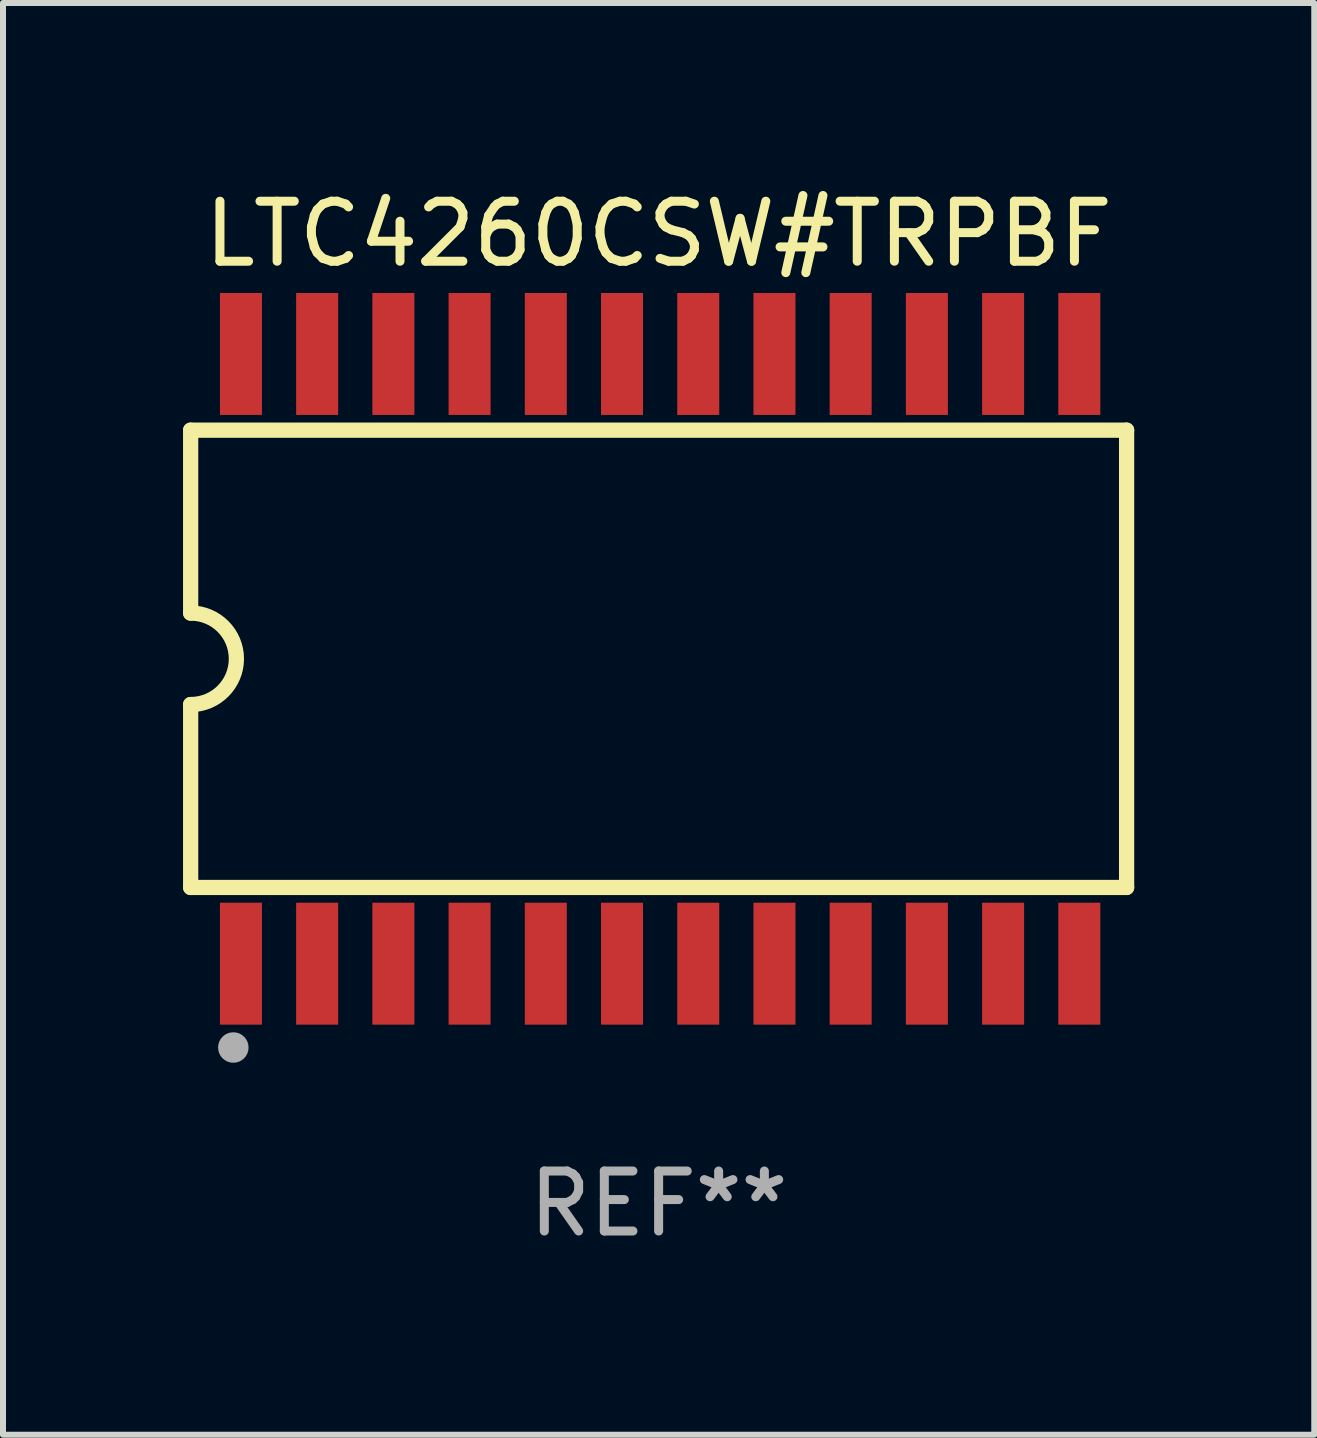
<source format=kicad_pcb>
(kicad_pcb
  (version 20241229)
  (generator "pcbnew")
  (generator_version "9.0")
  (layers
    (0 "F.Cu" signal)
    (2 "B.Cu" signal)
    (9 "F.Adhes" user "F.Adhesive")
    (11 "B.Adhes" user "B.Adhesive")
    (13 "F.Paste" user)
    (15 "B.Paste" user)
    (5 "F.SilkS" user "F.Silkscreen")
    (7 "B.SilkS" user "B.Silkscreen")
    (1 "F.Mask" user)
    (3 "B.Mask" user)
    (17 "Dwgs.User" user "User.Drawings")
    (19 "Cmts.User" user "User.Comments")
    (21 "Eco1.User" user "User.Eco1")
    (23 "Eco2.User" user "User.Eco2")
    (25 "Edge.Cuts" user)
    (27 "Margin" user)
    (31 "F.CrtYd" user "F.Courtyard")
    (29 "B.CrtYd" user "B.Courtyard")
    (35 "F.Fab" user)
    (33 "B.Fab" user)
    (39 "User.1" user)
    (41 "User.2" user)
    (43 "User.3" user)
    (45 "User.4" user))
  (footprint "LTC4260CSW#TRPBF"
    (layer "F.Cu")
    (at 7.925 7.928)
    (property "Reference" "LTC4260CSW#TRPBF" (at 0 -7.08 0) (layer "F.SilkS") (effects (font (size 1 1) (thickness 0.15))))
    (attr through_hole)
    (fp_line (start -7.798 -3.81) (end -7.798 -0.762) (stroke (width 0.254) (type solid)) (layer "F.SilkS"))
    (fp_line (start -7.798 3.81) (end -7.798 0.762) (stroke (width 0.254) (type solid)) (layer "F.SilkS"))
    (fp_line (start 7.798 -3.81) (end -7.798 -3.81) (stroke (width 0.254) (type solid)) (layer "F.SilkS"))
    (fp_line (start 7.798 3.81) (end -7.798 3.81) (stroke (width 0.254) (type solid)) (layer "F.SilkS"))
    (fp_line (start 7.798 3.81) (end 7.798 -3.81) (stroke (width 0.254) (type solid)) (layer "F.SilkS"))
    (fp_arc (start -7.797791 -0.762002) (mid -7.03579 -0.000001) (end -7.79779 0.762002) (stroke (width 0.254001) (type solid)) (layer "F.SilkS"))
    (fp_circle (center -7.825 3.75) (end -7.795 3.75) (stroke (width 0.06) (type solid)) (fill no) (layer "F.SilkS"))
    (fp_circle (center -7.087 6.477) (end -6.96 6.477) (stroke (width 0.254) (type solid)) (fill no) (layer "F.Fab"))
    (fp_text user "REF**" (at 0 9.08 0) (layer "F.Fab") (effects (font (size 1 1) (thickness 0.15))))
    (pad "1" smd rect (at -6.96 5.08 90) (size 2.032 0.7) (layers "F.Cu" "F.Mask" "F.Paste"))
    (pad "2" smd rect (at -5.69 5.08 90) (size 2.032 0.7) (layers "F.Cu" "F.Mask" "F.Paste"))
    (pad "3" smd rect (at -4.42 5.08 90) (size 2.032 0.7) (layers "F.Cu" "F.Mask" "F.Paste"))
    (pad "4" smd rect (at -3.15 5.08 90) (size 2.032 0.7) (layers "F.Cu" "F.Mask" "F.Paste"))
    (pad "5" smd rect (at -1.88 5.08 90) (size 2.032 0.7) (layers "F.Cu" "F.Mask" "F.Paste"))
    (pad "6" smd rect (at -0.61 5.08 90) (size 2.032 0.7) (layers "F.Cu" "F.Mask" "F.Paste"))
    (pad "7" smd rect (at 0.66 5.08 90) (size 2.032 0.7) (layers "F.Cu" "F.Mask" "F.Paste"))
    (pad "8" smd rect (at 1.93 5.08 90) (size 2.032 0.7) (layers "F.Cu" "F.Mask" "F.Paste"))
    (pad "9" smd rect (at 3.2 5.08 90) (size 2.032 0.7) (layers "F.Cu" "F.Mask" "F.Paste"))
    (pad "10" smd rect (at 4.47 5.08 90) (size 2.032 0.7) (layers "F.Cu" "F.Mask" "F.Paste"))
    (pad "11" smd rect (at 5.74 5.08 90) (size 2.032 0.7) (layers "F.Cu" "F.Mask" "F.Paste"))
    (pad "12" smd rect (at 7.01 5.08 90) (size 2.032 0.7) (layers "F.Cu" "F.Mask" "F.Paste"))
    (pad "13" smd rect (at 7.01 -5.08 90) (size 2.032 0.7) (layers "F.Cu" "F.Mask" "F.Paste"))
    (pad "14" smd rect (at 5.74 -5.08 90) (size 2.032 0.7) (layers "F.Cu" "F.Mask" "F.Paste"))
    (pad "15" smd rect (at 4.47 -5.08 90) (size 2.032 0.7) (layers "F.Cu" "F.Mask" "F.Paste"))
    (pad "16" smd rect (at 3.2 -5.08 90) (size 2.032 0.7) (layers "F.Cu" "F.Mask" "F.Paste"))
    (pad "17" smd rect (at 1.93 -5.08 90) (size 2.032 0.7) (layers "F.Cu" "F.Mask" "F.Paste"))
    (pad "18" smd rect (at 0.66 -5.08 90) (size 2.032 0.7) (layers "F.Cu" "F.Mask" "F.Paste"))
    (pad "19" smd rect (at -0.61 -5.08 90) (size 2.032 0.7) (layers "F.Cu" "F.Mask" "F.Paste"))
    (pad "20" smd rect (at -1.88 -5.08 90) (size 2.032 0.7) (layers "F.Cu" "F.Mask" "F.Paste"))
    (pad "21" smd rect (at -3.15 -5.08 90) (size 2.032 0.7) (layers "F.Cu" "F.Mask" "F.Paste"))
    (pad "22" smd rect (at -4.42 -5.08 90) (size 2.032 0.7) (layers "F.Cu" "F.Mask" "F.Paste"))
    (pad "23" smd rect (at -5.69 -5.08 90) (size 2.032 0.7) (layers "F.Cu" "F.Mask" "F.Paste"))
    (pad "24" smd rect (at -6.96 -5.08 90) (size 2.032 0.7) (layers "F.Cu" "F.Mask" "F.Paste")))
  (gr_rect
    (start -3 -3)
    (end 18.85 20.857)
    (stroke (width 0.1) (type default))
    (fill no)
    (layer "Edge.Cuts")))
</source>
